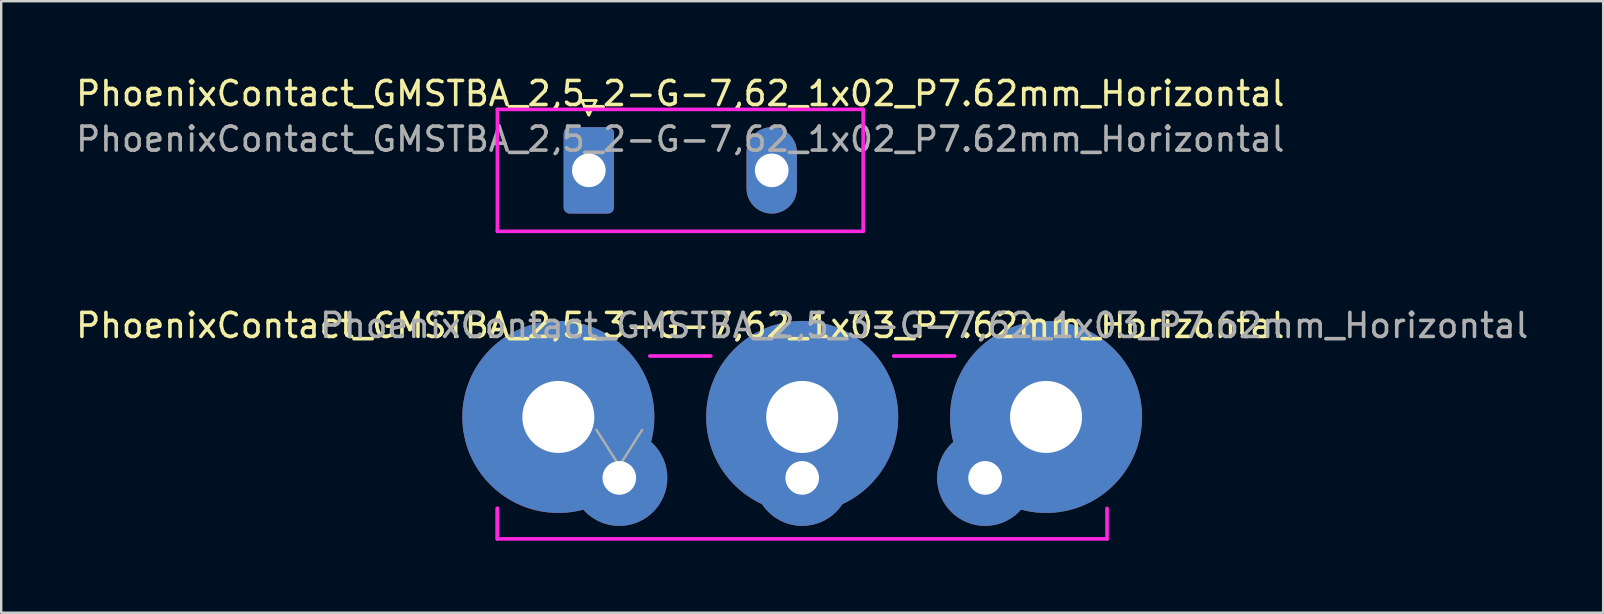
<source format=kicad_pcb>
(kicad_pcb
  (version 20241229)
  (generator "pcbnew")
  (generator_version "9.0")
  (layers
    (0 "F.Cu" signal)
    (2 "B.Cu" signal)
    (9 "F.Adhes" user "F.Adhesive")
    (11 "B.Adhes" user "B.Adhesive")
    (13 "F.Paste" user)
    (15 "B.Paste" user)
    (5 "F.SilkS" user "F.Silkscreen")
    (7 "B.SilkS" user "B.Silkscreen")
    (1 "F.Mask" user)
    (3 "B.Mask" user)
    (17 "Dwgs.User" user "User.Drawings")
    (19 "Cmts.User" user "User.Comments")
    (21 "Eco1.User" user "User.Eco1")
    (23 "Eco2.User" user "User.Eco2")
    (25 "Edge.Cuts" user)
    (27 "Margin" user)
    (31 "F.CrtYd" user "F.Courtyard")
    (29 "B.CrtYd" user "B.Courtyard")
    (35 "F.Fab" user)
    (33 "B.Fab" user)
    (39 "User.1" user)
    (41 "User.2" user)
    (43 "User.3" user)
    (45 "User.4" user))
  (footprint "PhoenixContact_GMSTBA_2,5_2-G-7,62_1x02_P7.62mm_Horizontal"
    (layer "F.Cu")
    (at 21.482 4.048)
    (property "Reference" "PhoenixContact_GMSTBA_2,5_2-G-7,62_1x02_P7.62mm_Horizontal" (at 3.81 -3.2 0) (layer "F.SilkS") (effects (font (size 1 1) (thickness 0.15))))
    (attr through_hole)
    (fp_line (start -0.3 -2.91) (end 0.3 -2.91) (stroke (width 0.12) (type solid)) (layer "F.SilkS"))
    (fp_line (start 0 -2.31) (end -0.3 -2.91) (stroke (width 0.12) (type solid)) (layer "F.SilkS"))
    (fp_line (start 0.3 -2.91) (end 0 -2.31) (stroke (width 0.12) (type solid)) (layer "F.SilkS"))
    (fp_line (start -3.81 -2.54) (end -3.81 2.54) (stroke (width 0.15) (type solid)) (layer "F.CrtYd"))
    (fp_line (start -3.81 2.54) (end 11.43 2.54) (stroke (width 0.15) (type solid)) (layer "F.CrtYd"))
    (fp_line (start 11.43 -2.54) (end -3.81 -2.54) (stroke (width 0.15) (type solid)) (layer "F.CrtYd"))
    (fp_line (start 11.43 2.54) (end 11.43 -2.54) (stroke (width 0.15) (type solid)) (layer "F.CrtYd"))
    (fp_text user "${REFERENCE}" (at 3.81 -1.3 0) (layer "F.Fab") (effects (font (size 1 1) (thickness 0.15))))
    (pad "1" thru_hole roundrect (at 0 0) (size 2.1 3.6) (drill 1.4) (layers "*.Cu" "*.Mask") (roundrect_rratio 0.119))
    (pad "2" thru_hole oval (at 7.62 0) (size 2.1 3.6) (drill 1.4) (layers "*.Cu" "*.Mask")))
  (footprint "PhoenixContact_GMSTBA_2,5_3-G-7,62_1x03_P7.62mm_Horizontal"
    (layer "F.Cu")
    (at 22.752 16.861)
    (property "Reference" "PhoenixContact_GMSTBA_2,5_3-G-7,62_1x03_P7.62mm_Horizontal" (at 2.54 -6.35 0) (layer "F.SilkS") (effects (font (size 1 1) (thickness 0.15))))
    (attr through_hole)
    (fp_line (start -5.08 1.27) (end -5.08 2.54) (stroke (width 0.15) (type solid)) (layer "F.CrtYd"))
    (fp_line (start -5.08 2.54) (end -5.08 1.27) (stroke (width 0.15) (type solid)) (layer "F.CrtYd"))
    (fp_line (start -5.08 2.54) (end 20.32 2.54) (stroke (width 0.15) (type solid)) (layer "F.CrtYd"))
    (fp_line (start 1.27 -5.08) (end 3.81 -5.08) (stroke (width 0.15) (type solid)) (layer "F.CrtYd"))
    (fp_line (start 11.43 -5.08) (end 13.97 -5.08) (stroke (width 0.15) (type solid)) (layer "F.CrtYd"))
    (fp_line (start 20.32 2.54) (end 20.32 1.27) (stroke (width 0.15) (type solid)) (layer "F.CrtYd"))
    (fp_line (start 0 -0.5) (end -0.95 -2) (stroke (width 0.1) (type solid)) (layer "F.Fab"))
    (fp_line (start 0.95 -2) (end 0 -0.5) (stroke (width 0.1) (type solid)) (layer "F.Fab"))
    (fp_text user "${REFERENCE}" (at 12.7 -6.35 0) (layer "F.Fab") (effects (font (size 1 1) (thickness 0.15))))
    (pad "1" thru_hole circle (at -2.54 -2.54) (size 8 8) (drill 3) (layers "*.Cu" "*.Mask"))
    (pad "1" thru_hole circle (at 0 0 45) (size 4 4) (drill 1.4) (layers "*.Cu" "*.Mask"))
    (pad "2" thru_hole circle (at 7.62 -2.54 315) (size 8 8) (drill 3) (layers "*.Cu" "*.Mask"))
    (pad "2" thru_hole circle (at 7.62 0) (size 4 4) (drill 1.4) (layers "*.Cu" "*.Mask"))
    (pad "3" thru_hole circle (at 15.24 0 315) (size 4 4) (drill 1.4) (layers "*.Cu" "*.Mask"))
    (pad "3" thru_hole circle (at 17.78 -2.54 315) (size 8 8) (drill 3) (layers "*.Cu" "*.Mask")))
  (gr_rect
    (start -3 -3)
    (end 63.743 22.477)
    (stroke (width 0.1) (type default))
    (fill no)
    (layer "Edge.Cuts")))
</source>
